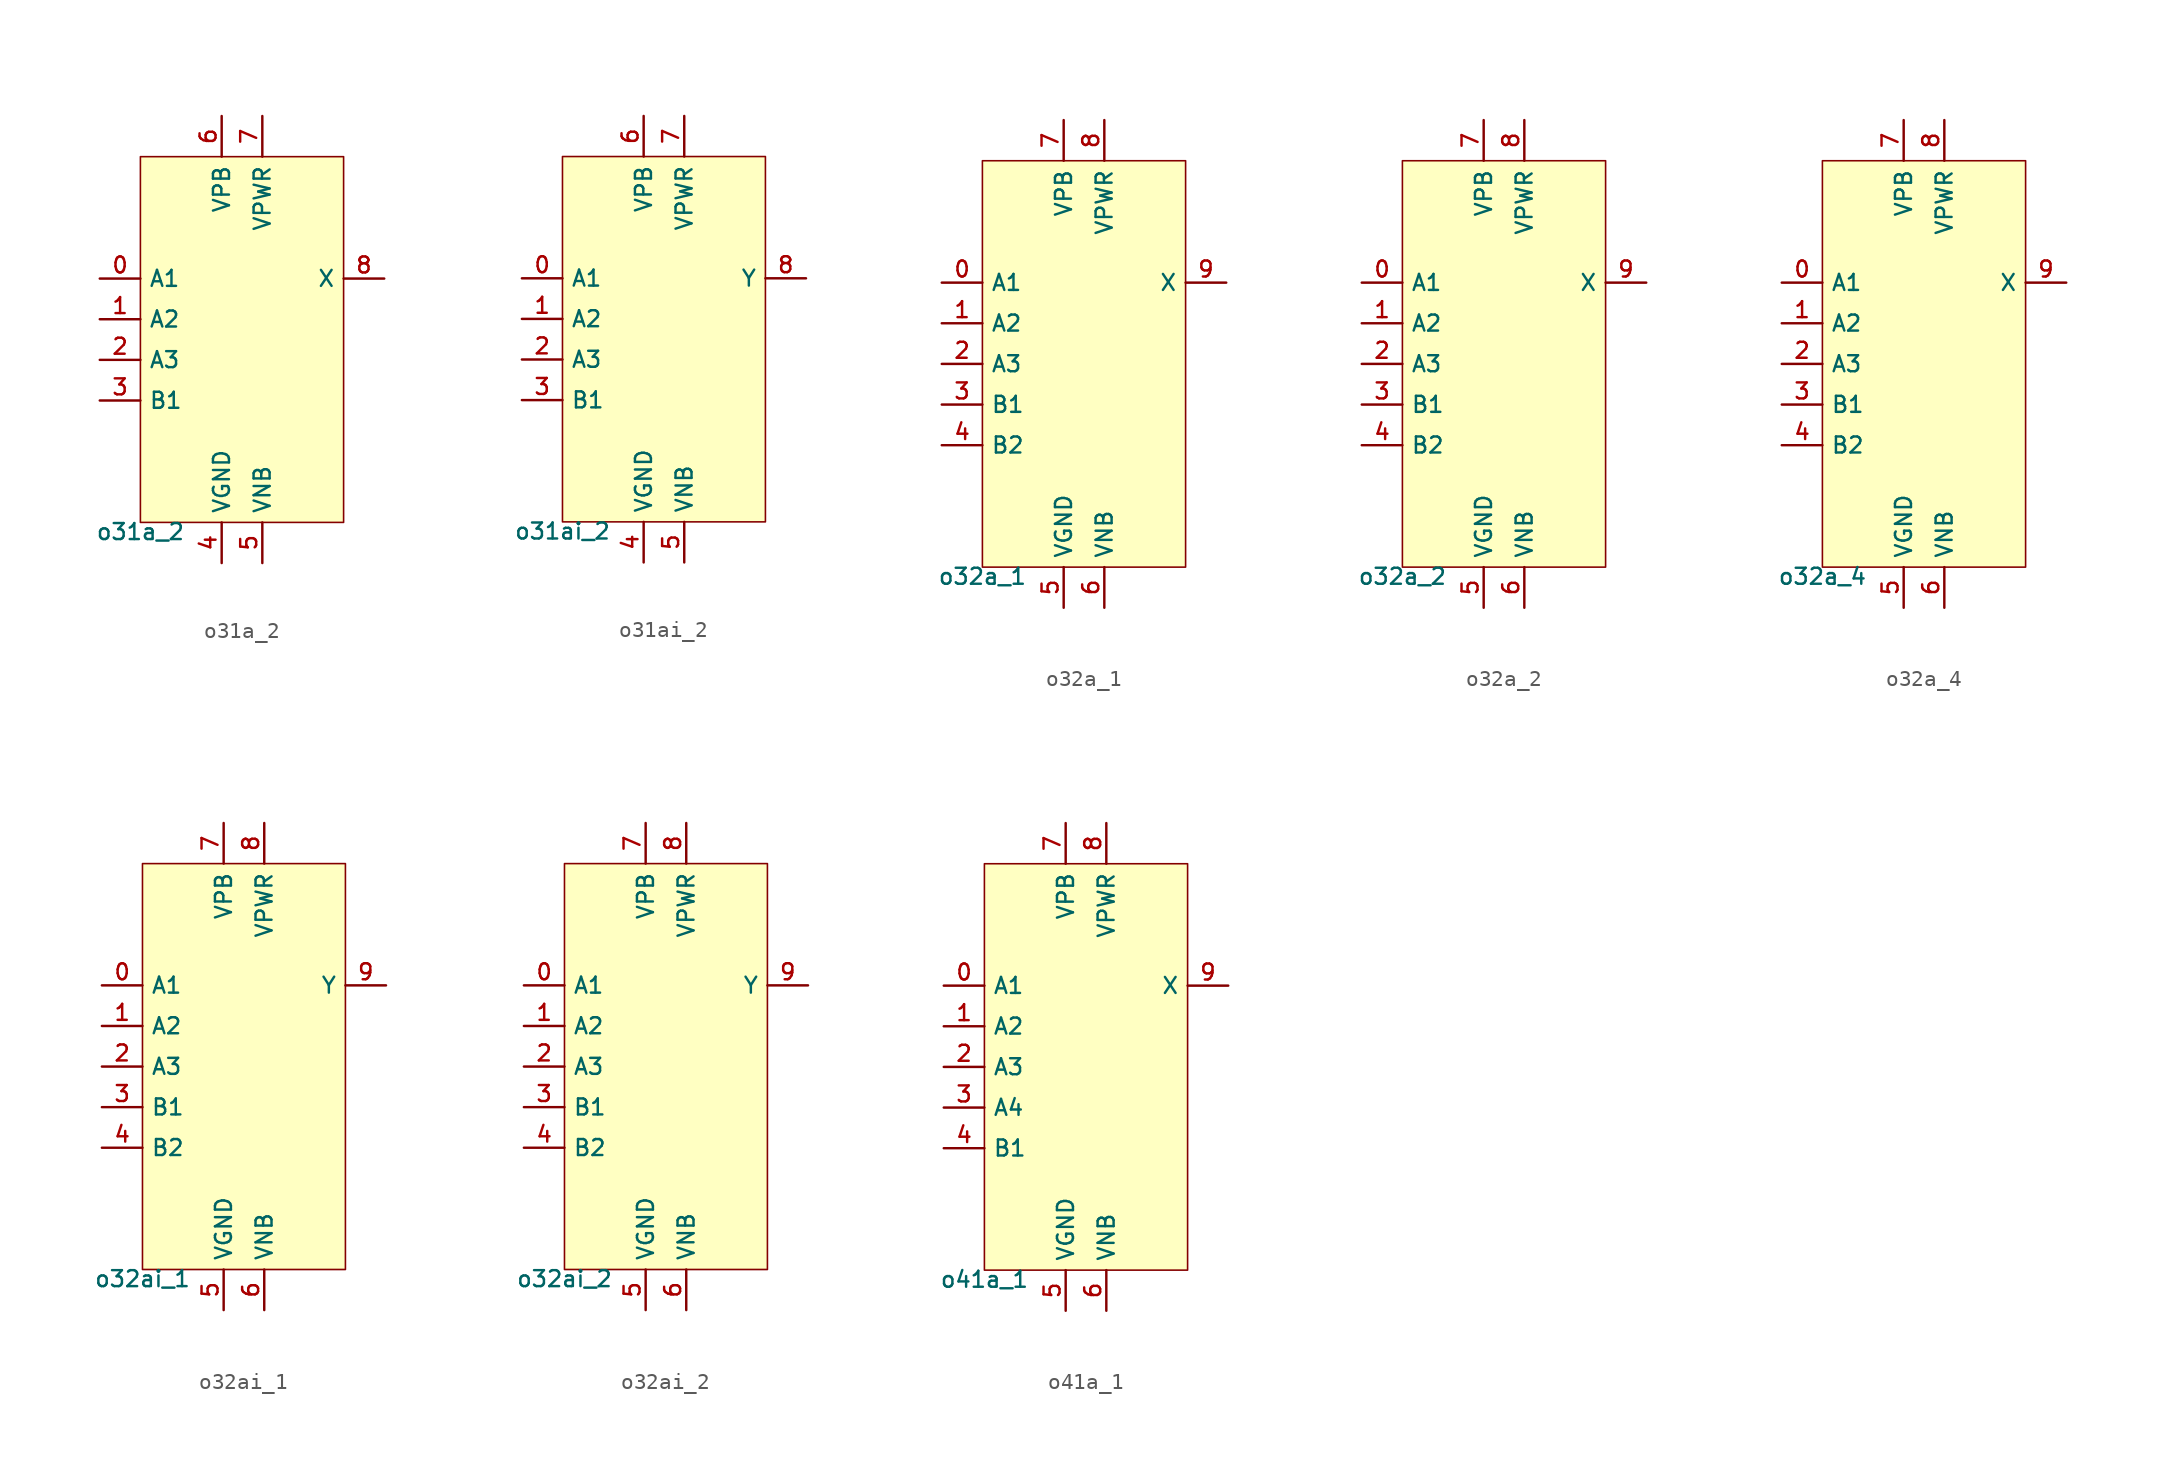
<source format=kicad_sym>
(kicad_symbol_lib
  (version 20211014)
  (generator lef2kicad_sym)
  (symbol "o31a_2"
    (property "Reference" "CELL"
      (at 0 0 0)
      (effects (font (size 1 1)) hide))
    (property "Value" "o31a_2"
      (at -6.35 -11.43 0)
      (effects (font (size 1 1)) (justify top)))
    (rectangle
      (start -6.35 -11.43)
      (end 6.35 11.43)
      (stroke (width 0.1) (type solid) (color 0 0 0 0))
      (fill (type background)))
    (pin input line
      (at -8.89 3.81 0)
      (length 2.54)
      (name "A1" (effects (font (size 1 1)) hide))
      (number "0" (effects (font (size 1 1)) hide)))
    (pin input line
      (at -8.89 1.27 0)
      (length 2.54)
      (name "A2" (effects (font (size 1 1)) hide))
      (number "1" (effects (font (size 1 1)) hide)))
    (pin input line
      (at -8.89 -1.27 0)
      (length 2.54)
      (name "A3" (effects (font (size 1 1)) hide))
      (number "2" (effects (font (size 1 1)) hide)))
    (pin input line
      (at -8.89 -3.81 0)
      (length 2.54)
      (name "B1" (effects (font (size 1 1)) hide))
      (number "3" (effects (font (size 1 1)) hide)))
    (pin power_in line
      (at -1.27 -13.97 90)
      (length 2.54)
      (name "VGND" (effects (font (size 1 1)) hide))
      (number "4" (effects (font (size 1 1)) hide)))
    (pin power_in line
      (at 1.27 -13.97 90)
      (length 2.54)
      (name "VNB" (effects (font (size 1 1)) hide))
      (number "5" (effects (font (size 1 1)) hide)))
    (pin power_in line
      (at -1.27 13.97 270)
      (length 2.54)
      (name "VPB" (effects (font (size 1 1)) hide))
      (number "6" (effects (font (size 1 1)) hide)))
    (pin power_in line
      (at 1.27 13.97 270)
      (length 2.54)
      (name "VPWR" (effects (font (size 1 1)) hide))
      (number "7" (effects (font (size 1 1)) hide)))
    (pin output line
      (at 8.89 3.81 180)
      (length 2.54)
      (name "X" (effects (font (size 1 1)) hide))
      (number "8" (effects (font (size 1 1)) hide))))
  (symbol "o31ai_2"
    (property "Reference" "CELL"
      (at 0 0 0)
      (effects (font (size 1 1)) hide))
    (property "Value" "o31ai_2"
      (at -6.35 -11.43 0)
      (effects (font (size 1 1)) (justify top)))
    (rectangle
      (start -6.35 -11.43)
      (end 6.35 11.43)
      (stroke (width 0.1) (type solid) (color 0 0 0 0))
      (fill (type background)))
    (pin input line
      (at -8.89 3.81 0)
      (length 2.54)
      (name "A1" (effects (font (size 1 1)) hide))
      (number "0" (effects (font (size 1 1)) hide)))
    (pin input line
      (at -8.89 1.27 0)
      (length 2.54)
      (name "A2" (effects (font (size 1 1)) hide))
      (number "1" (effects (font (size 1 1)) hide)))
    (pin input line
      (at -8.89 -1.27 0)
      (length 2.54)
      (name "A3" (effects (font (size 1 1)) hide))
      (number "2" (effects (font (size 1 1)) hide)))
    (pin input line
      (at -8.89 -3.81 0)
      (length 2.54)
      (name "B1" (effects (font (size 1 1)) hide))
      (number "3" (effects (font (size 1 1)) hide)))
    (pin power_in line
      (at -1.27 -13.97 90)
      (length 2.54)
      (name "VGND" (effects (font (size 1 1)) hide))
      (number "4" (effects (font (size 1 1)) hide)))
    (pin power_in line
      (at 1.27 -13.97 90)
      (length 2.54)
      (name "VNB" (effects (font (size 1 1)) hide))
      (number "5" (effects (font (size 1 1)) hide)))
    (pin power_in line
      (at -1.27 13.97 270)
      (length 2.54)
      (name "VPB" (effects (font (size 1 1)) hide))
      (number "6" (effects (font (size 1 1)) hide)))
    (pin power_in line
      (at 1.27 13.97 270)
      (length 2.54)
      (name "VPWR" (effects (font (size 1 1)) hide))
      (number "7" (effects (font (size 1 1)) hide)))
    (pin output line
      (at 8.89 3.81 180)
      (length 2.54)
      (name "Y" (effects (font (size 1 1)) hide))
      (number "8" (effects (font (size 1 1)) hide))))
  (symbol "o32a_1"
    (property "Reference" "CELL"
      (at 0 0 0)
      (effects (font (size 1 1)) hide))
    (property "Value" "o32a_1"
      (at -6.35 -12.7 0)
      (effects (font (size 1 1)) (justify top)))
    (rectangle
      (start -6.35 -12.7)
      (end 6.35 12.7)
      (stroke (width 0.1) (type solid) (color 0 0 0 0))
      (fill (type background)))
    (pin input line
      (at -8.89 5.08 0)
      (length 2.54)
      (name "A1" (effects (font (size 1 1)) hide))
      (number "0" (effects (font (size 1 1)) hide)))
    (pin input line
      (at -8.89 2.54 0)
      (length 2.54)
      (name "A2" (effects (font (size 1 1)) hide))
      (number "1" (effects (font (size 1 1)) hide)))
    (pin input line
      (at -8.89 -8.881784197001252e-16 0)
      (length 2.54)
      (name "A3" (effects (font (size 1 1)) hide))
      (number "2" (effects (font (size 1 1)) hide)))
    (pin input line
      (at -8.89 -2.54 0)
      (length 2.54)
      (name "B1" (effects (font (size 1 1)) hide))
      (number "3" (effects (font (size 1 1)) hide)))
    (pin input line
      (at -8.89 -5.08 0)
      (length 2.54)
      (name "B2" (effects (font (size 1 1)) hide))
      (number "4" (effects (font (size 1 1)) hide)))
    (pin power_in line
      (at -1.27 -15.24 90)
      (length 2.54)
      (name "VGND" (effects (font (size 1 1)) hide))
      (number "5" (effects (font (size 1 1)) hide)))
    (pin power_in line
      (at 1.27 -15.24 90)
      (length 2.54)
      (name "VNB" (effects (font (size 1 1)) hide))
      (number "6" (effects (font (size 1 1)) hide)))
    (pin power_in line
      (at -1.27 15.24 270)
      (length 2.54)
      (name "VPB" (effects (font (size 1 1)) hide))
      (number "7" (effects (font (size 1 1)) hide)))
    (pin power_in line
      (at 1.27 15.24 270)
      (length 2.54)
      (name "VPWR" (effects (font (size 1 1)) hide))
      (number "8" (effects (font (size 1 1)) hide)))
    (pin output line
      (at 8.89 5.08 180)
      (length 2.54)
      (name "X" (effects (font (size 1 1)) hide))
      (number "9" (effects (font (size 1 1)) hide))))
  (symbol "o32a_2"
    (property "Reference" "CELL"
      (at 0 0 0)
      (effects (font (size 1 1)) hide))
    (property "Value" "o32a_2"
      (at -6.35 -12.7 0)
      (effects (font (size 1 1)) (justify top)))
    (rectangle
      (start -6.35 -12.7)
      (end 6.35 12.7)
      (stroke (width 0.1) (type solid) (color 0 0 0 0))
      (fill (type background)))
    (pin input line
      (at -8.89 5.08 0)
      (length 2.54)
      (name "A1" (effects (font (size 1 1)) hide))
      (number "0" (effects (font (size 1 1)) hide)))
    (pin input line
      (at -8.89 2.54 0)
      (length 2.54)
      (name "A2" (effects (font (size 1 1)) hide))
      (number "1" (effects (font (size 1 1)) hide)))
    (pin input line
      (at -8.89 -8.881784197001252e-16 0)
      (length 2.54)
      (name "A3" (effects (font (size 1 1)) hide))
      (number "2" (effects (font (size 1 1)) hide)))
    (pin input line
      (at -8.89 -2.54 0)
      (length 2.54)
      (name "B1" (effects (font (size 1 1)) hide))
      (number "3" (effects (font (size 1 1)) hide)))
    (pin input line
      (at -8.89 -5.08 0)
      (length 2.54)
      (name "B2" (effects (font (size 1 1)) hide))
      (number "4" (effects (font (size 1 1)) hide)))
    (pin power_in line
      (at -1.27 -15.24 90)
      (length 2.54)
      (name "VGND" (effects (font (size 1 1)) hide))
      (number "5" (effects (font (size 1 1)) hide)))
    (pin power_in line
      (at 1.27 -15.24 90)
      (length 2.54)
      (name "VNB" (effects (font (size 1 1)) hide))
      (number "6" (effects (font (size 1 1)) hide)))
    (pin power_in line
      (at -1.27 15.24 270)
      (length 2.54)
      (name "VPB" (effects (font (size 1 1)) hide))
      (number "7" (effects (font (size 1 1)) hide)))
    (pin power_in line
      (at 1.27 15.24 270)
      (length 2.54)
      (name "VPWR" (effects (font (size 1 1)) hide))
      (number "8" (effects (font (size 1 1)) hide)))
    (pin output line
      (at 8.89 5.08 180)
      (length 2.54)
      (name "X" (effects (font (size 1 1)) hide))
      (number "9" (effects (font (size 1 1)) hide))))
  (symbol "o32a_4"
    (property "Reference" "CELL"
      (at 0 0 0)
      (effects (font (size 1 1)) hide))
    (property "Value" "o32a_4"
      (at -6.35 -12.7 0)
      (effects (font (size 1 1)) (justify top)))
    (rectangle
      (start -6.35 -12.7)
      (end 6.35 12.7)
      (stroke (width 0.1) (type solid) (color 0 0 0 0))
      (fill (type background)))
    (pin input line
      (at -8.89 5.08 0)
      (length 2.54)
      (name "A1" (effects (font (size 1 1)) hide))
      (number "0" (effects (font (size 1 1)) hide)))
    (pin input line
      (at -8.89 2.54 0)
      (length 2.54)
      (name "A2" (effects (font (size 1 1)) hide))
      (number "1" (effects (font (size 1 1)) hide)))
    (pin input line
      (at -8.89 -8.881784197001252e-16 0)
      (length 2.54)
      (name "A3" (effects (font (size 1 1)) hide))
      (number "2" (effects (font (size 1 1)) hide)))
    (pin input line
      (at -8.89 -2.54 0)
      (length 2.54)
      (name "B1" (effects (font (size 1 1)) hide))
      (number "3" (effects (font (size 1 1)) hide)))
    (pin input line
      (at -8.89 -5.08 0)
      (length 2.54)
      (name "B2" (effects (font (size 1 1)) hide))
      (number "4" (effects (font (size 1 1)) hide)))
    (pin power_in line
      (at -1.27 -15.24 90)
      (length 2.54)
      (name "VGND" (effects (font (size 1 1)) hide))
      (number "5" (effects (font (size 1 1)) hide)))
    (pin power_in line
      (at 1.27 -15.24 90)
      (length 2.54)
      (name "VNB" (effects (font (size 1 1)) hide))
      (number "6" (effects (font (size 1 1)) hide)))
    (pin power_in line
      (at -1.27 15.24 270)
      (length 2.54)
      (name "VPB" (effects (font (size 1 1)) hide))
      (number "7" (effects (font (size 1 1)) hide)))
    (pin power_in line
      (at 1.27 15.24 270)
      (length 2.54)
      (name "VPWR" (effects (font (size 1 1)) hide))
      (number "8" (effects (font (size 1 1)) hide)))
    (pin output line
      (at 8.89 5.08 180)
      (length 2.54)
      (name "X" (effects (font (size 1 1)) hide))
      (number "9" (effects (font (size 1 1)) hide))))
  (symbol "o32ai_1"
    (property "Reference" "CELL"
      (at 0 0 0)
      (effects (font (size 1 1)) hide))
    (property "Value" "o32ai_1"
      (at -6.35 -12.7 0)
      (effects (font (size 1 1)) (justify top)))
    (rectangle
      (start -6.35 -12.7)
      (end 6.35 12.7)
      (stroke (width 0.1) (type solid) (color 0 0 0 0))
      (fill (type background)))
    (pin input line
      (at -8.89 5.08 0)
      (length 2.54)
      (name "A1" (effects (font (size 1 1)) hide))
      (number "0" (effects (font (size 1 1)) hide)))
    (pin input line
      (at -8.89 2.54 0)
      (length 2.54)
      (name "A2" (effects (font (size 1 1)) hide))
      (number "1" (effects (font (size 1 1)) hide)))
    (pin input line
      (at -8.89 -8.881784197001252e-16 0)
      (length 2.54)
      (name "A3" (effects (font (size 1 1)) hide))
      (number "2" (effects (font (size 1 1)) hide)))
    (pin input line
      (at -8.89 -2.54 0)
      (length 2.54)
      (name "B1" (effects (font (size 1 1)) hide))
      (number "3" (effects (font (size 1 1)) hide)))
    (pin input line
      (at -8.89 -5.08 0)
      (length 2.54)
      (name "B2" (effects (font (size 1 1)) hide))
      (number "4" (effects (font (size 1 1)) hide)))
    (pin power_in line
      (at -1.27 -15.24 90)
      (length 2.54)
      (name "VGND" (effects (font (size 1 1)) hide))
      (number "5" (effects (font (size 1 1)) hide)))
    (pin power_in line
      (at 1.27 -15.24 90)
      (length 2.54)
      (name "VNB" (effects (font (size 1 1)) hide))
      (number "6" (effects (font (size 1 1)) hide)))
    (pin power_in line
      (at -1.27 15.24 270)
      (length 2.54)
      (name "VPB" (effects (font (size 1 1)) hide))
      (number "7" (effects (font (size 1 1)) hide)))
    (pin power_in line
      (at 1.27 15.24 270)
      (length 2.54)
      (name "VPWR" (effects (font (size 1 1)) hide))
      (number "8" (effects (font (size 1 1)) hide)))
    (pin output line
      (at 8.89 5.08 180)
      (length 2.54)
      (name "Y" (effects (font (size 1 1)) hide))
      (number "9" (effects (font (size 1 1)) hide))))
  (symbol "o32ai_2"
    (property "Reference" "CELL"
      (at 0 0 0)
      (effects (font (size 1 1)) hide))
    (property "Value" "o32ai_2"
      (at -6.35 -12.7 0)
      (effects (font (size 1 1)) (justify top)))
    (rectangle
      (start -6.35 -12.7)
      (end 6.35 12.7)
      (stroke (width 0.1) (type solid) (color 0 0 0 0))
      (fill (type background)))
    (pin input line
      (at -8.89 5.08 0)
      (length 2.54)
      (name "A1" (effects (font (size 1 1)) hide))
      (number "0" (effects (font (size 1 1)) hide)))
    (pin input line
      (at -8.89 2.54 0)
      (length 2.54)
      (name "A2" (effects (font (size 1 1)) hide))
      (number "1" (effects (font (size 1 1)) hide)))
    (pin input line
      (at -8.89 -8.881784197001252e-16 0)
      (length 2.54)
      (name "A3" (effects (font (size 1 1)) hide))
      (number "2" (effects (font (size 1 1)) hide)))
    (pin input line
      (at -8.89 -2.54 0)
      (length 2.54)
      (name "B1" (effects (font (size 1 1)) hide))
      (number "3" (effects (font (size 1 1)) hide)))
    (pin input line
      (at -8.89 -5.08 0)
      (length 2.54)
      (name "B2" (effects (font (size 1 1)) hide))
      (number "4" (effects (font (size 1 1)) hide)))
    (pin power_in line
      (at -1.27 -15.24 90)
      (length 2.54)
      (name "VGND" (effects (font (size 1 1)) hide))
      (number "5" (effects (font (size 1 1)) hide)))
    (pin power_in line
      (at 1.27 -15.24 90)
      (length 2.54)
      (name "VNB" (effects (font (size 1 1)) hide))
      (number "6" (effects (font (size 1 1)) hide)))
    (pin power_in line
      (at -1.27 15.24 270)
      (length 2.54)
      (name "VPB" (effects (font (size 1 1)) hide))
      (number "7" (effects (font (size 1 1)) hide)))
    (pin power_in line
      (at 1.27 15.24 270)
      (length 2.54)
      (name "VPWR" (effects (font (size 1 1)) hide))
      (number "8" (effects (font (size 1 1)) hide)))
    (pin output line
      (at 8.89 5.08 180)
      (length 2.54)
      (name "Y" (effects (font (size 1 1)) hide))
      (number "9" (effects (font (size 1 1)) hide))))
  (symbol "o41a_1"
    (property "Reference" "CELL"
      (at 0 0 0)
      (effects (font (size 1 1)) hide))
    (property "Value" "o41a_1"
      (at -6.35 -12.7 0)
      (effects (font (size 1 1)) (justify top)))
    (rectangle
      (start -6.35 -12.7)
      (end 6.35 12.7)
      (stroke (width 0.1) (type solid) (color 0 0 0 0))
      (fill (type background)))
    (pin input line
      (at -8.89 5.08 0)
      (length 2.54)
      (name "A1" (effects (font (size 1 1)) hide))
      (number "0" (effects (font (size 1 1)) hide)))
    (pin input line
      (at -8.89 2.54 0)
      (length 2.54)
      (name "A2" (effects (font (size 1 1)) hide))
      (number "1" (effects (font (size 1 1)) hide)))
    (pin input line
      (at -8.89 -8.881784197001252e-16 0)
      (length 2.54)
      (name "A3" (effects (font (size 1 1)) hide))
      (number "2" (effects (font (size 1 1)) hide)))
    (pin input line
      (at -8.89 -2.54 0)
      (length 2.54)
      (name "A4" (effects (font (size 1 1)) hide))
      (number "3" (effects (font (size 1 1)) hide)))
    (pin input line
      (at -8.89 -5.08 0)
      (length 2.54)
      (name "B1" (effects (font (size 1 1)) hide))
      (number "4" (effects (font (size 1 1)) hide)))
    (pin power_in line
      (at -1.27 -15.24 90)
      (length 2.54)
      (name "VGND" (effects (font (size 1 1)) hide))
      (number "5" (effects (font (size 1 1)) hide)))
    (pin power_in line
      (at 1.27 -15.24 90)
      (length 2.54)
      (name "VNB" (effects (font (size 1 1)) hide))
      (number "6" (effects (font (size 1 1)) hide)))
    (pin power_in line
      (at -1.27 15.24 270)
      (length 2.54)
      (name "VPB" (effects (font (size 1 1)) hide))
      (number "7" (effects (font (size 1 1)) hide)))
    (pin power_in line
      (at 1.27 15.24 270)
      (length 2.54)
      (name "VPWR" (effects (font (size 1 1)) hide))
      (number "8" (effects (font (size 1 1)) hide)))
    (pin output line
      (at 8.89 5.08 180)
      (length 2.54)
      (name "X" (effects (font (size 1 1)) hide))
      (number "9" (effects (font (size 1 1)) hide)))))
</source>
